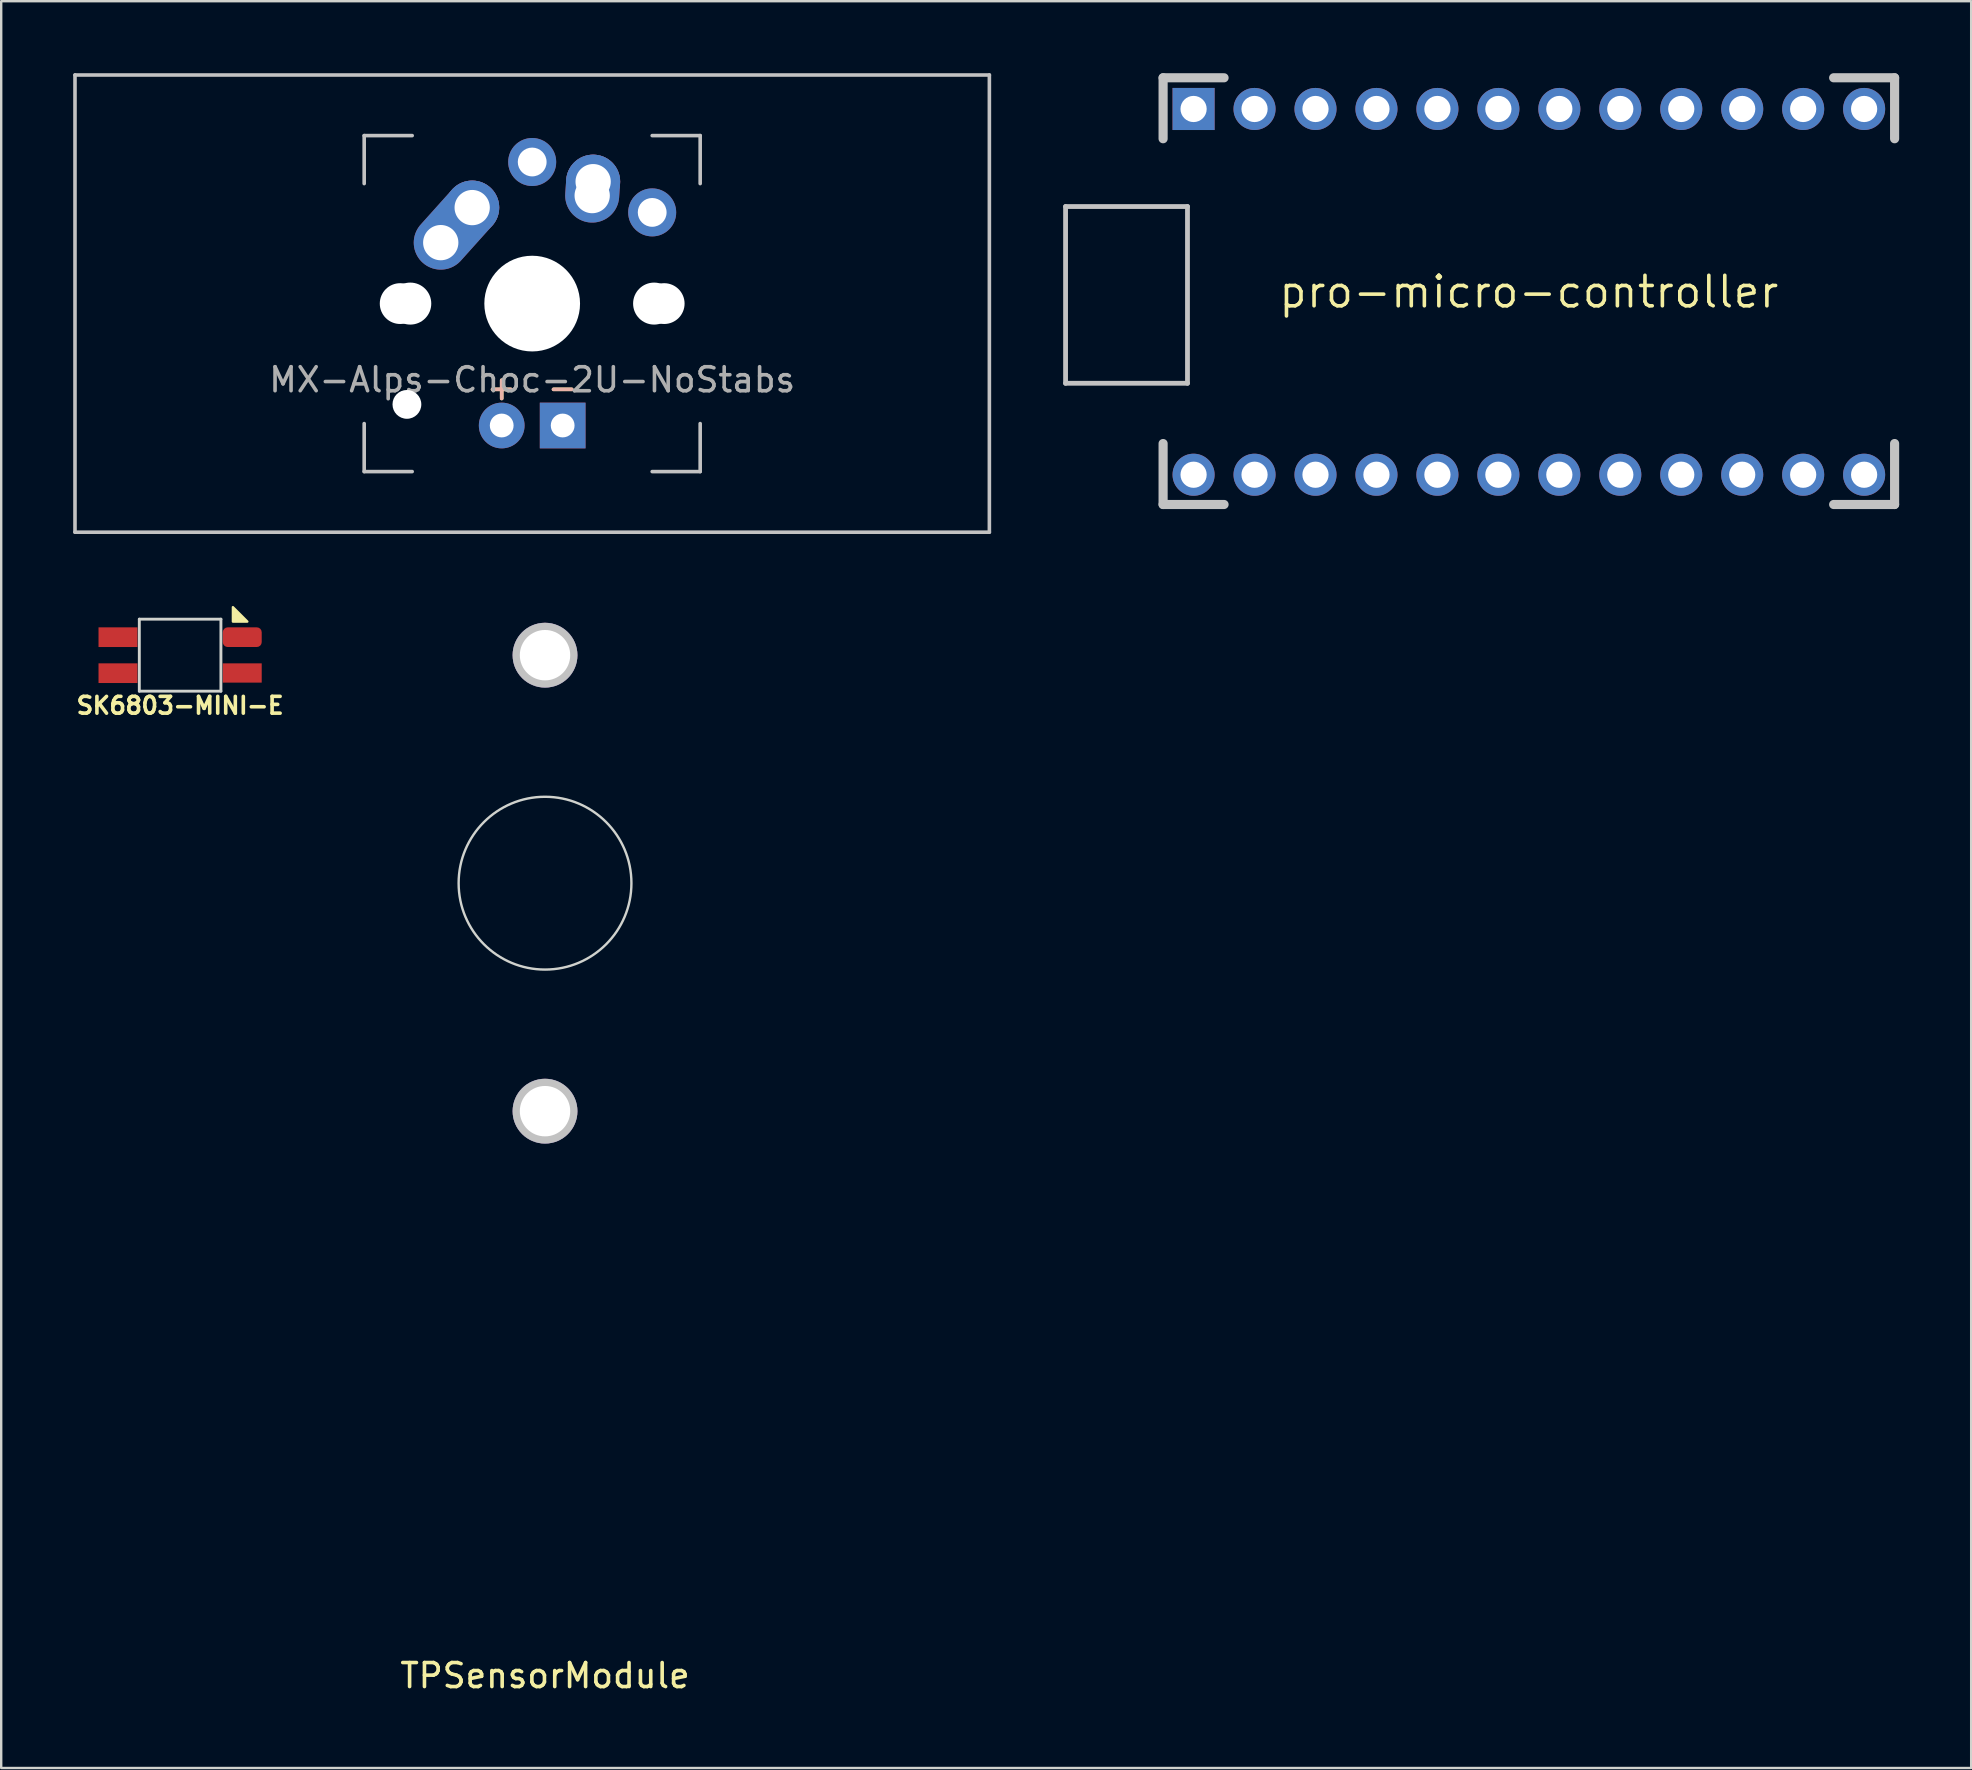
<source format=kicad_pcb>
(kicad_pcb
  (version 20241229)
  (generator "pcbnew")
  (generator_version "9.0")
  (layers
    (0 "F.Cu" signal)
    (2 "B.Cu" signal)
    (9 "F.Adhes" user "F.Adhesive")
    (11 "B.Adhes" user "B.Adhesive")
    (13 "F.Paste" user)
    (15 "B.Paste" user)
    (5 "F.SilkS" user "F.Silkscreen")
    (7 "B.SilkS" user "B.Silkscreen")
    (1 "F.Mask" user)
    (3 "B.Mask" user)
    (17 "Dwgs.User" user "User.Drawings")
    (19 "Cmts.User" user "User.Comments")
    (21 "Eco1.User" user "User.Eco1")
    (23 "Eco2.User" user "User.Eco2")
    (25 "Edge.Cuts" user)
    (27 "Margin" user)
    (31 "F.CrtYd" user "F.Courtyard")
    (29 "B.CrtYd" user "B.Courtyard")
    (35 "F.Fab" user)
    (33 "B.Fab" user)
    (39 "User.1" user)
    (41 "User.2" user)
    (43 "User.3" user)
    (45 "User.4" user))
  (footprint "SK6803-MINI-E"
    (layer "F.Cu")
    (at 4.455 24.25)
    (property "Reference" "SK6803-MINI-E" (at 0 2.1 0) (unlocked yes) (layer "F.SilkS") (effects (font (size 0.7 0.7) (thickness 0.15))))
    (attr through_hole)
    (fp_poly (pts (xy 2.8 -1.4) (xy 2.2 -1.4) (xy 2.2 -2)) (stroke (width 0.1) (type solid)) (fill yes) (layer "F.SilkS"))
    (fp_line (start -1.7 -1.5) (end 1.7 -1.5) (stroke (width 0.12) (type solid)) (layer "Edge.Cuts"))
    (fp_line (start -1.7 1.5) (end -1.7 -1.5) (stroke (width 0.12) (type solid)) (layer "Edge.Cuts"))
    (fp_line (start 1.7 -1.5) (end 1.7 1.5) (stroke (width 0.12) (type solid)) (layer "Edge.Cuts"))
    (fp_line (start 1.7 1.5) (end -1.7 1.5) (stroke (width 0.12) (type solid)) (layer "Edge.Cuts"))
    (pad "1" smd rect (at -2.589 0.75) (size 1.622 0.82) (layers "F.Cu" "F.Mask" "F.Paste"))
    (pad "2" smd rect (at -2.589 -0.75) (size 1.622 0.82) (layers "F.Cu" "F.Mask" "F.Paste"))
    (pad "3" smd roundrect (at 2.589 -0.75) (size 1.622 0.82) (layers "F.Cu" "F.Mask" "F.Paste") (roundrect_rratio 0.25))
    (pad "4" smd rect (at 2.589 0.742) (size 1.622 0.803) (layers "F.Cu" "F.Mask" "F.Paste")))
  (footprint "TPSensorModule"
    (layer "F.Cu")
    (at 19.66 33.75)
    (property "Reference" "TPSensorModule" (at 0 33.02 0) (unlocked yes) (layer "F.SilkS") (effects (font (size 1 1) (thickness 0.15))))
    (attr through_hole)
    (fp_circle (center 0 0) (end 3.6 0) (stroke (width 0.1) (type solid)) (fill no) (layer "Edge.Cuts"))
    (fp_poly (pts (xy 4.6 -6.6) (xy 11.6 -6.6) (xy 11.6 6.6) (xy 4.6 6.6) (xy 4.6 11.5) (xy -7.7 11.5) (xy -7.7 -11.5) (xy 4.6 -11.5)) (stroke (width 0.1) (type solid)) (fill no) (layer "User.1"))
    (pad "" thru_hole circle (at 0 -9.5 90) (size 2.7 2.7) (drill 2.1) (layers "*.Cu" "*.Mask" "Dwgs.User"))
    (pad "" thru_hole circle (at 0 9.5 90) (size 2.7 2.7) (drill 2.1) (layers "*.Cu" "*.Mask" "Dwgs.User")))
  (footprint "pro-micro-controller"
    (layer "F.Cu")
    (at 60.654 9.111)
    (property "Reference" "pro-micro-controller" (at 0 0 180) (layer "F.SilkS") (effects (font (size 1.27 1.27) (thickness 0.15))))
    (attr through_hole)
    (fp_line (start -19.304 -3.556) (end -14.224 -3.556) (stroke (width 0.2) (type solid)) (layer "Dwgs.User"))
    (fp_line (start -19.304 3.81) (end -19.304 -3.556) (stroke (width 0.2) (type solid)) (layer "Dwgs.User"))
    (fp_line (start -15.24 -8.92) (end -15.24 -6.38) (stroke (width 0.381) (type solid)) (layer "Dwgs.User"))
    (fp_line (start -15.24 6.32) (end -15.24 8.86) (stroke (width 0.381) (type solid)) (layer "Dwgs.User"))
    (fp_line (start -15.24 8.86) (end -12.7 8.86) (stroke (width 0.381) (type solid)) (layer "Dwgs.User"))
    (fp_line (start -14.224 -3.556) (end -14.224 3.81) (stroke (width 0.2) (type solid)) (layer "Dwgs.User"))
    (fp_line (start -14.224 3.81) (end -19.304 3.81) (stroke (width 0.2) (type solid)) (layer "Dwgs.User"))
    (fp_line (start -12.7 -8.92) (end -15.24 -8.92) (stroke (width 0.381) (type solid)) (layer "Dwgs.User"))
    (fp_line (start 12.7 8.86) (end 15.24 8.86) (stroke (width 0.381) (type solid)) (layer "Dwgs.User"))
    (fp_line (start 15.24 -8.92) (end 12.7 -8.92) (stroke (width 0.381) (type solid)) (layer "Dwgs.User"))
    (fp_line (start 15.24 -6.38) (end 15.24 -8.92) (stroke (width 0.381) (type solid)) (layer "Dwgs.User"))
    (fp_line (start 15.24 8.86) (end 15.24 6.32) (stroke (width 0.381) (type solid)) (layer "Dwgs.User"))
    (pad "1" thru_hole circle (at -13.97 7.62 90) (size 1.753 1.753) (drill 1.092) (layers "*.Cu" "*.Mask"))
    (pad "2" thru_hole circle (at -11.43 7.62 90) (size 1.753 1.753) (drill 1.092) (layers "*.Cu" "*.Mask"))
    (pad "3" thru_hole circle (at -8.89 7.62 90) (size 1.753 1.753) (drill 1.092) (layers "*.Cu" "*.Mask"))
    (pad "4" thru_hole circle (at -6.35 7.62 90) (size 1.753 1.753) (drill 1.092) (layers "*.Cu" "*.Mask"))
    (pad "5" thru_hole circle (at -3.81 7.62 90) (size 1.753 1.753) (drill 1.092) (layers "*.Cu" "*.Mask"))
    (pad "6" thru_hole circle (at -1.27 7.62 90) (size 1.753 1.753) (drill 1.092) (layers "*.Cu" "*.Mask"))
    (pad "7" thru_hole circle (at 1.27 7.62 90) (size 1.753 1.753) (drill 1.092) (layers "*.Cu" "*.Mask"))
    (pad "8" thru_hole circle (at 3.81 7.62 90) (size 1.753 1.753) (drill 1.092) (layers "*.Cu" "*.Mask"))
    (pad "9" thru_hole circle (at 6.35 7.62 90) (size 1.753 1.753) (drill 1.092) (layers "*.Cu" "*.Mask"))
    (pad "10" thru_hole circle (at 8.89 7.62 90) (size 1.753 1.753) (drill 1.092) (layers "*.Cu" "*.Mask"))
    (pad "11" thru_hole circle (at 11.43 7.62 90) (size 1.753 1.753) (drill 1.092) (layers "*.Cu" "*.Mask"))
    (pad "12" thru_hole circle (at 13.97 7.62 90) (size 1.753 1.753) (drill 1.092) (layers "*.Cu" "*.Mask"))
    (pad "13" thru_hole circle (at 13.97 -7.62 90) (size 1.753 1.753) (drill 1.092) (layers "*.Cu" "*.Mask"))
    (pad "14" thru_hole circle (at 11.43 -7.62 90) (size 1.753 1.753) (drill 1.092) (layers "*.Cu" "*.Mask"))
    (pad "15" thru_hole circle (at 8.89 -7.62 90) (size 1.753 1.753) (drill 1.092) (layers "*.Cu" "*.Mask"))
    (pad "16" thru_hole circle (at 6.35 -7.62 90) (size 1.753 1.753) (drill 1.092) (layers "*.Cu" "*.Mask"))
    (pad "17" thru_hole circle (at 3.81 -7.62 90) (size 1.753 1.753) (drill 1.092) (layers "*.Cu" "*.Mask"))
    (pad "18" thru_hole circle (at 1.27 -7.62 90) (size 1.753 1.753) (drill 1.092) (layers "*.Cu" "*.Mask"))
    (pad "19" thru_hole circle (at -1.27 -7.62 90) (size 1.753 1.753) (drill 1.092) (layers "*.Cu" "*.Mask"))
    (pad "20" thru_hole circle (at -3.81 -7.62 90) (size 1.753 1.753) (drill 1.092) (layers "*.Cu" "*.Mask"))
    (pad "21" thru_hole circle (at -6.35 -7.62 90) (size 1.753 1.753) (drill 1.092) (layers "*.Cu" "*.Mask"))
    (pad "22" thru_hole circle (at -8.89 -7.62 90) (size 1.753 1.753) (drill 1.092) (layers "*.Cu" "*.Mask"))
    (pad "23" thru_hole circle (at -11.43 -7.62 90) (size 1.753 1.753) (drill 1.092) (layers "*.Cu" "*.Mask"))
    (pad "24" thru_hole rect (at -13.97 -7.62) (size 1.753 1.753) (drill 1.092) (layers "*.Cu" "*.Mask")))
  (footprint "MX-Alps-Choc-2U-NoStabs"
    (layer "F.Cu")
    (at 19.125 9.6)
    (property "Reference" "MX-Alps-Choc-2U-NoStabs" (at 0 3.175 0) (layer "F.Fab") (effects (font (size 1 1) (thickness 0.15))))
    (attr through_hole)
    (fp_line (start -19.05 -9.525) (end 19.05 -9.525) (stroke (width 0.15) (type solid)) (layer "Dwgs.User"))
    (fp_line (start -19.05 9.525) (end -19.05 -9.525) (stroke (width 0.15) (type solid)) (layer "Dwgs.User"))
    (fp_line (start -7 -7) (end -7 -5) (stroke (width 0.15) (type solid)) (layer "Dwgs.User"))
    (fp_line (start -7 5) (end -7 7) (stroke (width 0.15) (type solid)) (layer "Dwgs.User"))
    (fp_line (start -7 7) (end -5 7) (stroke (width 0.15) (type solid)) (layer "Dwgs.User"))
    (fp_line (start -5 -7) (end -7 -7) (stroke (width 0.15) (type solid)) (layer "Dwgs.User"))
    (fp_line (start 5 -7) (end 7 -7) (stroke (width 0.15) (type solid)) (layer "Dwgs.User"))
    (fp_line (start 5 7) (end 7 7) (stroke (width 0.15) (type solid)) (layer "Dwgs.User"))
    (fp_line (start 7 -7) (end 7 -5) (stroke (width 0.15) (type solid)) (layer "Dwgs.User"))
    (fp_line (start 7 7) (end 7 5) (stroke (width 0.15) (type solid)) (layer "Dwgs.User"))
    (fp_line (start 19.05 -9.525) (end 19.05 9.525) (stroke (width 0.15) (type solid)) (layer "Dwgs.User"))
    (fp_line (start 19.05 9.525) (end -19.05 9.525) (stroke (width 0.15) (type solid)) (layer "Dwgs.User"))
    (fp_text user "+" (at -1.27 3.5 0) (layer "F.SilkS") (effects (font (size 1 1) (thickness 0.15))))
    (fp_text user "-" (at 1.27 3.5 0) (layer "F.SilkS") (effects (font (size 1 1) (thickness 0.15))))
    (fp_text user "+" (at -1.27 3.5 0) (layer "B.SilkS") (effects (font (size 1 1) (thickness 0.15))))
    (fp_text user "-" (at 1.27 3.5 0) (layer "B.SilkS") (effects (font (size 1 1) (thickness 0.15))))
    (pad "" np_thru_hole circle (at -5.5 0 48.1) (size 1.7 1.7) (drill 1.7) (layers "*.Cu" "*.Mask"))
    (pad "" np_thru_hole circle (at -5.22 4.2 48.1) (size 1.2 1.2) (drill 1.2) (layers "*.Cu" "*.Mask"))
    (pad "" np_thru_hole circle (at -5.08 0 48.1) (size 1.75 1.75) (drill 1.75) (layers "*.Cu" "*.Mask"))
    (pad "" np_thru_hole circle (at 0 0) (size 3.988 3.988) (drill 3.988) (layers "*.Cu" "*.Mask"))
    (pad "" np_thru_hole circle (at 5.08 0 48.1) (size 1.75 1.75) (drill 1.75) (layers "*.Cu" "*.Mask"))
    (pad "" np_thru_hole circle (at 5.5 0 48.1) (size 1.7 1.7) (drill 1.7) (layers "*.Cu" "*.Mask"))
    (pad "1" thru_hole oval (at -3.81 -2.54 48.1) (size 4.212 2.25) (drill 1.47 (offset 0.981 0)) (layers "*.Cu" "*.Mask"))
    (pad "1" thru_hole circle (at -2.5 -4) (size 2.25 2.25) (drill 1.47) (layers "*.Cu" "*.Mask"))
    (pad "1" thru_hole circle (at 0 -5.9) (size 2 2) (drill 1.2) (layers "*.Cu" "*.Mask"))
    (pad "2" thru_hole oval (at 2.5 -4.5 86.1) (size 2.831 2.25) (drill 1.47 (offset 0.291 0)) (layers "*.Cu" "*.Mask"))
    (pad "2" thru_hole circle (at 2.54 -5.08) (size 2.25 2.25) (drill 1.47) (layers "*.Cu" "*.Mask"))
    (pad "2" thru_hole circle (at 5 -3.8) (size 2 2) (drill 1.2) (layers "*.Cu" "*.Mask"))
    (pad "3" thru_hole circle (at -1.27 5.08) (size 1.905 1.905) (drill 0.991) (layers "*.Cu" "*.Mask"))
    (pad "4" thru_hole rect (at 1.27 5.08) (size 1.905 1.905) (drill 0.991) (layers "*.Cu" "*.Mask")))
  (gr_rect
    (start -3 -3)
    (end 79.085 70.618)
    (stroke (width 0.1) (type default))
    (fill no)
    (layer "Edge.Cuts")))
</source>
